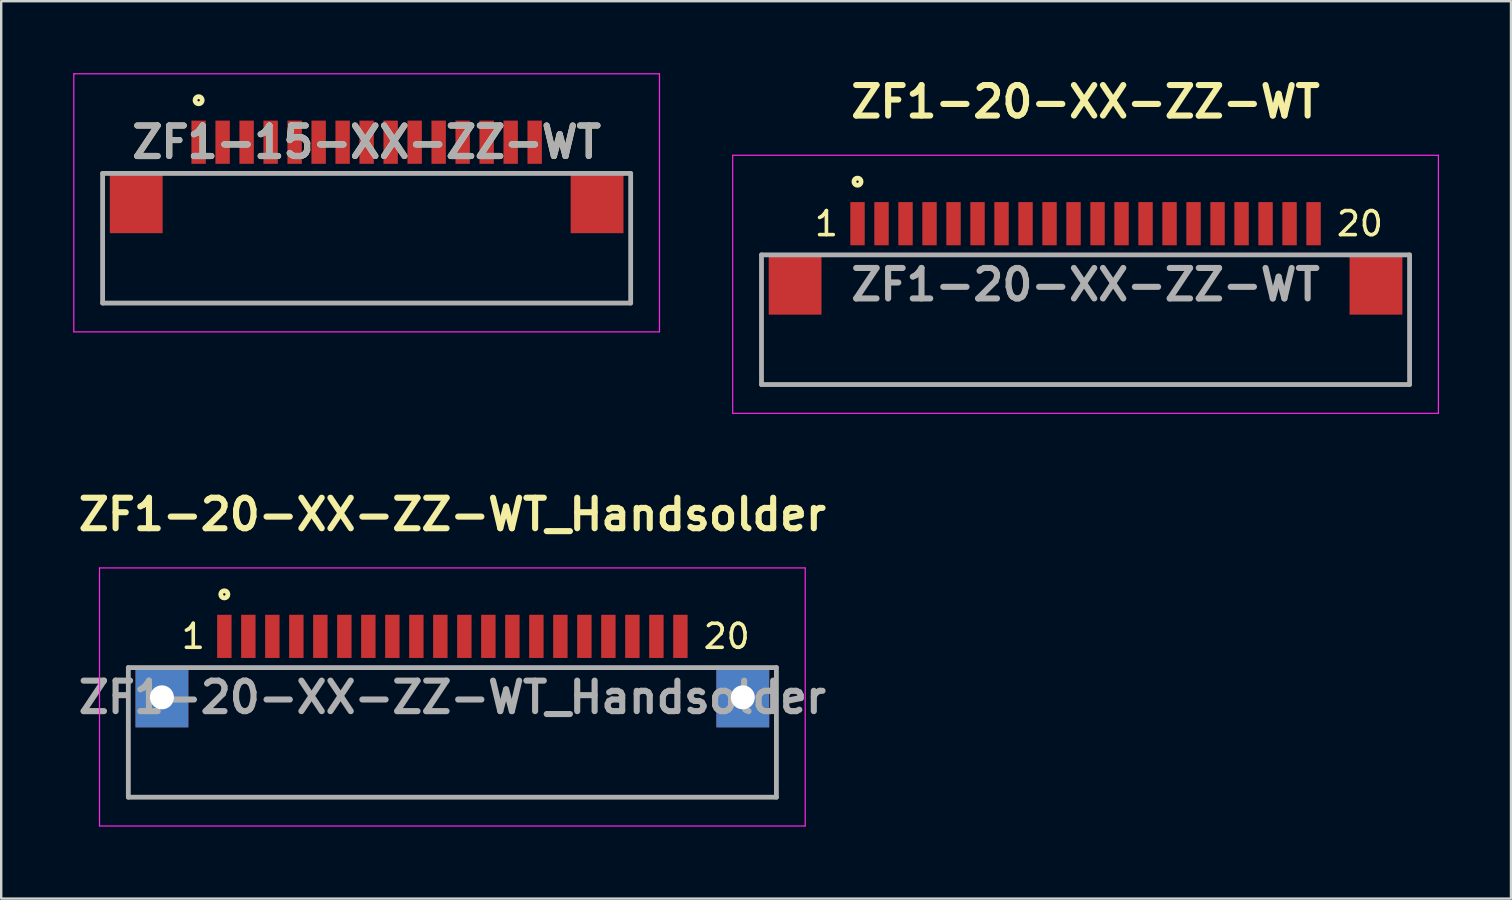
<source format=kicad_pcb>
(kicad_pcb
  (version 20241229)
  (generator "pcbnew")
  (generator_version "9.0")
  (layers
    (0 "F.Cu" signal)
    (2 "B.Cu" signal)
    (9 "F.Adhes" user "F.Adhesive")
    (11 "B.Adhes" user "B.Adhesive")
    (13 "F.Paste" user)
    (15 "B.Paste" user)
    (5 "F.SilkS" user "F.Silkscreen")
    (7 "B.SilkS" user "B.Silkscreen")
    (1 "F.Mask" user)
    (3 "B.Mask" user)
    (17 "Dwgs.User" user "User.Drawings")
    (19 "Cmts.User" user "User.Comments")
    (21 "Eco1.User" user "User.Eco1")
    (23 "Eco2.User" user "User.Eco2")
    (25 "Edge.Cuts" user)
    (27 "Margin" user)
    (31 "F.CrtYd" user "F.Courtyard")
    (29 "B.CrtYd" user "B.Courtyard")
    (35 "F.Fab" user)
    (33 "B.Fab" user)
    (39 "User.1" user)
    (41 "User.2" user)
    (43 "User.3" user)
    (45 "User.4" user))
  (footprint "ZF1-20-XX-ZZ-WT"
    (layer "F.Cu")
    (at 42.175 6.269)
    (property "Reference" "ZF1-20-XX-ZZ-WT" (at 0 -5.08 0) (layer "F.SilkS") (effects (font (size 1.27 1.27) (thickness 0.254))))
    (attr smd)
    (fp_line (start -13.5 6.7) (end -13.5 1.3) (stroke (width 0.1) (type solid)) (layer "F.SilkS"))
    (fp_line (start 13.5 1.3) (end 13.5 6.7) (stroke (width 0.1) (type solid)) (layer "F.SilkS"))
    (fp_line (start 13.5 6.7) (end -13.5 6.7) (stroke (width 0.1) (type solid)) (layer "F.SilkS"))
    (fp_circle (center -9.5 -1.75) (end -9.5 -1.7) (stroke (width 0.2) (type solid)) (fill no) (layer "F.SilkS"))
    (fp_line (start -14.7 -2.85) (end 14.7 -2.85) (stroke (width 0.05) (type solid)) (layer "F.CrtYd"))
    (fp_line (start -14.7 7.9) (end -14.7 -2.85) (stroke (width 0.05) (type solid)) (layer "F.CrtYd"))
    (fp_line (start 14.7 -2.85) (end 14.7 7.9) (stroke (width 0.05) (type solid)) (layer "F.CrtYd"))
    (fp_line (start 14.7 7.9) (end -14.7 7.9) (stroke (width 0.05) (type solid)) (layer "F.CrtYd"))
    (fp_line (start -13.5 1.3) (end 13.5 1.3) (stroke (width 0.2) (type solid)) (layer "F.Fab"))
    (fp_line (start -13.5 6.7) (end -13.5 1.3) (stroke (width 0.2) (type solid)) (layer "F.Fab"))
    (fp_line (start 13.5 1.3) (end 13.5 6.7) (stroke (width 0.2) (type solid)) (layer "F.Fab"))
    (fp_line (start 13.5 6.7) (end -13.5 6.7) (stroke (width 0.2) (type solid)) (layer "F.Fab"))
    (fp_text user "20" (at 11.43 0 0) (layer "F.SilkS") (effects (font (size 1 1) (thickness 0.15))))
    (fp_text user "1" (at -10.795 0 0) (layer "F.SilkS") (effects (font (size 1 1) (thickness 0.15))))
    (fp_text user "${REFERENCE}" (at 0 2.54 0) (layer "F.Fab") (effects (font (size 1.27 1.27) (thickness 0.254))))
    (pad "1" smd rect (at -9.5 0) (size 0.6 1.8) (layers "F.Cu" "F.Mask" "F.Paste"))
    (pad "2" smd rect (at -8.5 0) (size 0.6 1.8) (layers "F.Cu" "F.Mask" "F.Paste"))
    (pad "3" smd rect (at -7.5 0) (size 0.6 1.8) (layers "F.Cu" "F.Mask" "F.Paste"))
    (pad "4" smd rect (at -6.5 0) (size 0.6 1.8) (layers "F.Cu" "F.Mask" "F.Paste"))
    (pad "5" smd rect (at -5.5 0) (size 0.6 1.8) (layers "F.Cu" "F.Mask" "F.Paste"))
    (pad "6" smd rect (at -4.5 0) (size 0.6 1.8) (layers "F.Cu" "F.Mask" "F.Paste"))
    (pad "7" smd rect (at -3.5 0) (size 0.6 1.8) (layers "F.Cu" "F.Mask" "F.Paste"))
    (pad "8" smd rect (at -2.5 0) (size 0.6 1.8) (layers "F.Cu" "F.Mask" "F.Paste"))
    (pad "9" smd rect (at -1.5 0) (size 0.6 1.8) (layers "F.Cu" "F.Mask" "F.Paste"))
    (pad "10" smd rect (at -0.5 0) (size 0.6 1.8) (layers "F.Cu" "F.Mask" "F.Paste"))
    (pad "11" smd rect (at 0.5 0) (size 0.6 1.8) (layers "F.Cu" "F.Mask" "F.Paste"))
    (pad "12" smd rect (at 1.5 0) (size 0.6 1.8) (layers "F.Cu" "F.Mask" "F.Paste"))
    (pad "13" smd rect (at 2.5 0) (size 0.6 1.8) (layers "F.Cu" "F.Mask" "F.Paste"))
    (pad "14" smd rect (at 3.5 0) (size 0.6 1.8) (layers "F.Cu" "F.Mask" "F.Paste"))
    (pad "15" smd rect (at 4.5 0) (size 0.6 1.8) (layers "F.Cu" "F.Mask" "F.Paste"))
    (pad "16" smd rect (at 5.5 0) (size 0.6 1.8) (layers "F.Cu" "F.Mask" "F.Paste"))
    (pad "17" smd rect (at 6.5 0) (size 0.6 1.8) (layers "F.Cu" "F.Mask" "F.Paste"))
    (pad "18" smd rect (at 7.5 0) (size 0.6 1.8) (layers "F.Cu" "F.Mask" "F.Paste"))
    (pad "19" smd rect (at 8.5 0) (size 0.6 1.8) (layers "F.Cu" "F.Mask" "F.Paste"))
    (pad "20" smd rect (at 9.5 0) (size 0.6 1.8) (layers "F.Cu" "F.Mask" "F.Paste"))
    (pad "21" smd rect (at -12.1 2.54) (size 2.2 2.5) (layers "F.Cu" "F.Mask" "F.Paste"))
    (pad "22" smd rect (at 12.1 2.54) (size 2.2 2.5) (layers "F.Cu" "F.Mask" "F.Paste")))
  (footprint "ZF1-15-XX-ZZ-WT"
    (layer "F.Cu")
    (at 12.225 2.875)
    (property "Reference" "ZF1-15-XX-ZZ-WT" (at 0 0 0) (layer "F.SilkS") (effects (font (size 1.27 1.27) (thickness 0.254))))
    (attr smd)
    (fp_line (start -11 6.7) (end -11 1.3) (stroke (width 0.1) (type solid)) (layer "F.SilkS"))
    (fp_line (start 11 1.3) (end 11 6.7) (stroke (width 0.1) (type solid)) (layer "F.SilkS"))
    (fp_line (start 11 6.7) (end -11 6.7) (stroke (width 0.1) (type solid)) (layer "F.SilkS"))
    (fp_circle (center -7 -1.75) (end -7 -1.7) (stroke (width 0.2) (type solid)) (fill no) (layer "F.SilkS"))
    (fp_line (start -12.2 -2.85) (end 12.2 -2.85) (stroke (width 0.05) (type solid)) (layer "F.CrtYd"))
    (fp_line (start -12.2 7.9) (end -12.2 -2.85) (stroke (width 0.05) (type solid)) (layer "F.CrtYd"))
    (fp_line (start 12.2 -2.85) (end 12.2 7.9) (stroke (width 0.05) (type solid)) (layer "F.CrtYd"))
    (fp_line (start 12.2 7.9) (end -12.2 7.9) (stroke (width 0.05) (type solid)) (layer "F.CrtYd"))
    (fp_line (start -11 1.3) (end 11 1.3) (stroke (width 0.2) (type solid)) (layer "F.Fab"))
    (fp_line (start -11 6.7) (end -11 1.3) (stroke (width 0.2) (type solid)) (layer "F.Fab"))
    (fp_line (start 11 1.3) (end 11 6.7) (stroke (width 0.2) (type solid)) (layer "F.Fab"))
    (fp_line (start 11 6.7) (end -11 6.7) (stroke (width 0.2) (type solid)) (layer "F.Fab"))
    (fp_text user "${REFERENCE}" (at 0 0 0) (layer "F.Fab") (effects (font (size 1.27 1.27) (thickness 0.254))))
    (pad "1" smd rect (at -7 0) (size 0.6 1.8) (layers "F.Cu" "F.Mask" "F.Paste"))
    (pad "2" smd rect (at -6 0) (size 0.6 1.8) (layers "F.Cu" "F.Mask" "F.Paste"))
    (pad "3" smd rect (at -5 0) (size 0.6 1.8) (layers "F.Cu" "F.Mask" "F.Paste"))
    (pad "4" smd rect (at -4 0) (size 0.6 1.8) (layers "F.Cu" "F.Mask" "F.Paste"))
    (pad "5" smd rect (at -3 0) (size 0.6 1.8) (layers "F.Cu" "F.Mask" "F.Paste"))
    (pad "6" smd rect (at -2 0) (size 0.6 1.8) (layers "F.Cu" "F.Mask" "F.Paste"))
    (pad "7" smd rect (at -1 0) (size 0.6 1.8) (layers "F.Cu" "F.Mask" "F.Paste"))
    (pad "8" smd rect (at 0 0) (size 0.6 1.8) (layers "F.Cu" "F.Mask" "F.Paste"))
    (pad "9" smd rect (at 1 0) (size 0.6 1.8) (layers "F.Cu" "F.Mask" "F.Paste"))
    (pad "10" smd rect (at 2 0) (size 0.6 1.8) (layers "F.Cu" "F.Mask" "F.Paste"))
    (pad "11" smd rect (at 3 0) (size 0.6 1.8) (layers "F.Cu" "F.Mask" "F.Paste"))
    (pad "12" smd rect (at 4 0) (size 0.6 1.8) (layers "F.Cu" "F.Mask" "F.Paste"))
    (pad "13" smd rect (at 5 0) (size 0.6 1.8) (layers "F.Cu" "F.Mask" "F.Paste"))
    (pad "14" smd rect (at 6 0) (size 0.6 1.8) (layers "F.Cu" "F.Mask" "F.Paste"))
    (pad "15" smd rect (at 7 0) (size 0.6 1.8) (layers "F.Cu" "F.Mask" "F.Paste"))
    (pad "16" smd rect (at -9.6 2.54) (size 2.2 2.5) (layers "F.Cu" "F.Mask" "F.Paste"))
    (pad "17" smd rect (at 9.6 2.54) (size 2.2 2.5) (layers "F.Cu" "F.Mask" "F.Paste")))
  (footprint "ZF1-20-XX-ZZ-WT_Handsolder"
    (layer "F.Cu")
    (at 15.796 23.462)
    (property "Reference" "ZF1-20-XX-ZZ-WT_Handsolder" (at 0 -5.08 0) (layer "F.SilkS") (effects (font (size 1.27 1.27) (thickness 0.254))))
    (attr smd)
    (fp_line (start -13.5 6.7) (end -13.5 1.3) (stroke (width 0.1) (type solid)) (layer "F.SilkS"))
    (fp_line (start 13.5 1.3) (end 13.5 6.7) (stroke (width 0.1) (type solid)) (layer "F.SilkS"))
    (fp_line (start 13.5 6.7) (end -13.5 6.7) (stroke (width 0.1) (type solid)) (layer "F.SilkS"))
    (fp_circle (center -9.5 -1.75) (end -9.5 -1.7) (stroke (width 0.2) (type solid)) (fill no) (layer "F.SilkS"))
    (fp_line (start -14.7 -2.85) (end 14.7 -2.85) (stroke (width 0.05) (type solid)) (layer "F.CrtYd"))
    (fp_line (start -14.7 7.9) (end -14.7 -2.85) (stroke (width 0.05) (type solid)) (layer "F.CrtYd"))
    (fp_line (start 14.7 -2.85) (end 14.7 7.9) (stroke (width 0.05) (type solid)) (layer "F.CrtYd"))
    (fp_line (start 14.7 7.9) (end -14.7 7.9) (stroke (width 0.05) (type solid)) (layer "F.CrtYd"))
    (fp_line (start -13.5 1.3) (end 13.5 1.3) (stroke (width 0.2) (type solid)) (layer "F.Fab"))
    (fp_line (start -13.5 6.7) (end -13.5 1.3) (stroke (width 0.2) (type solid)) (layer "F.Fab"))
    (fp_line (start 13.5 1.3) (end 13.5 6.7) (stroke (width 0.2) (type solid)) (layer "F.Fab"))
    (fp_line (start 13.5 6.7) (end -13.5 6.7) (stroke (width 0.2) (type solid)) (layer "F.Fab"))
    (fp_text user "20" (at 11.43 0 0) (layer "F.SilkS") (effects (font (size 1 1) (thickness 0.15))))
    (fp_text user "1" (at -10.795 0 0) (layer "F.SilkS") (effects (font (size 1 1) (thickness 0.15))))
    (fp_text user "${REFERENCE}" (at 0 2.54 0) (layer "F.Fab") (effects (font (size 1.27 1.27) (thickness 0.254))))
    (pad "1" smd rect (at -9.5 0) (size 0.6 1.8) (layers "F.Cu" "F.Mask" "F.Paste"))
    (pad "2" smd rect (at -8.5 0) (size 0.6 1.8) (layers "F.Cu" "F.Mask" "F.Paste"))
    (pad "3" smd rect (at -7.5 0) (size 0.6 1.8) (layers "F.Cu" "F.Mask" "F.Paste"))
    (pad "4" smd rect (at -6.5 0) (size 0.6 1.8) (layers "F.Cu" "F.Mask" "F.Paste"))
    (pad "5" smd rect (at -5.5 0) (size 0.6 1.8) (layers "F.Cu" "F.Mask" "F.Paste"))
    (pad "6" smd rect (at -4.5 0) (size 0.6 1.8) (layers "F.Cu" "F.Mask" "F.Paste"))
    (pad "7" smd rect (at -3.5 0) (size 0.6 1.8) (layers "F.Cu" "F.Mask" "F.Paste"))
    (pad "8" smd rect (at -2.5 0) (size 0.6 1.8) (layers "F.Cu" "F.Mask" "F.Paste"))
    (pad "9" smd rect (at -1.5 0) (size 0.6 1.8) (layers "F.Cu" "F.Mask" "F.Paste"))
    (pad "10" smd rect (at -0.5 0) (size 0.6 1.8) (layers "F.Cu" "F.Mask" "F.Paste"))
    (pad "11" smd rect (at 0.5 0) (size 0.6 1.8) (layers "F.Cu" "F.Mask" "F.Paste"))
    (pad "12" smd rect (at 1.5 0) (size 0.6 1.8) (layers "F.Cu" "F.Mask" "F.Paste"))
    (pad "13" smd rect (at 2.5 0) (size 0.6 1.8) (layers "F.Cu" "F.Mask" "F.Paste"))
    (pad "14" smd rect (at 3.5 0) (size 0.6 1.8) (layers "F.Cu" "F.Mask" "F.Paste"))
    (pad "15" smd rect (at 4.5 0) (size 0.6 1.8) (layers "F.Cu" "F.Mask" "F.Paste"))
    (pad "16" smd rect (at 5.5 0) (size 0.6 1.8) (layers "F.Cu" "F.Mask" "F.Paste"))
    (pad "17" smd rect (at 6.5 0) (size 0.6 1.8) (layers "F.Cu" "F.Mask" "F.Paste"))
    (pad "18" smd rect (at 7.5 0) (size 0.6 1.8) (layers "F.Cu" "F.Mask" "F.Paste"))
    (pad "19" smd rect (at 8.5 0) (size 0.6 1.8) (layers "F.Cu" "F.Mask" "F.Paste"))
    (pad "20" smd rect (at 9.5 0) (size 0.6 1.8) (layers "F.Cu" "F.Mask" "F.Paste"))
    (pad "21" thru_hole rect (at -12.1 2.54) (size 2.2 2.5) (drill 1) (layers "*.Cu" "*.Mask"))
    (pad "22" thru_hole rect (at 12.1 2.54) (size 2.2 2.5) (drill 1) (layers "*.Cu" "*.Mask")))
  (gr_rect
    (start -3 -3)
    (end 59.9 34.387)
    (stroke (width 0.1) (type default))
    (fill no)
    (layer "Edge.Cuts")))
</source>
